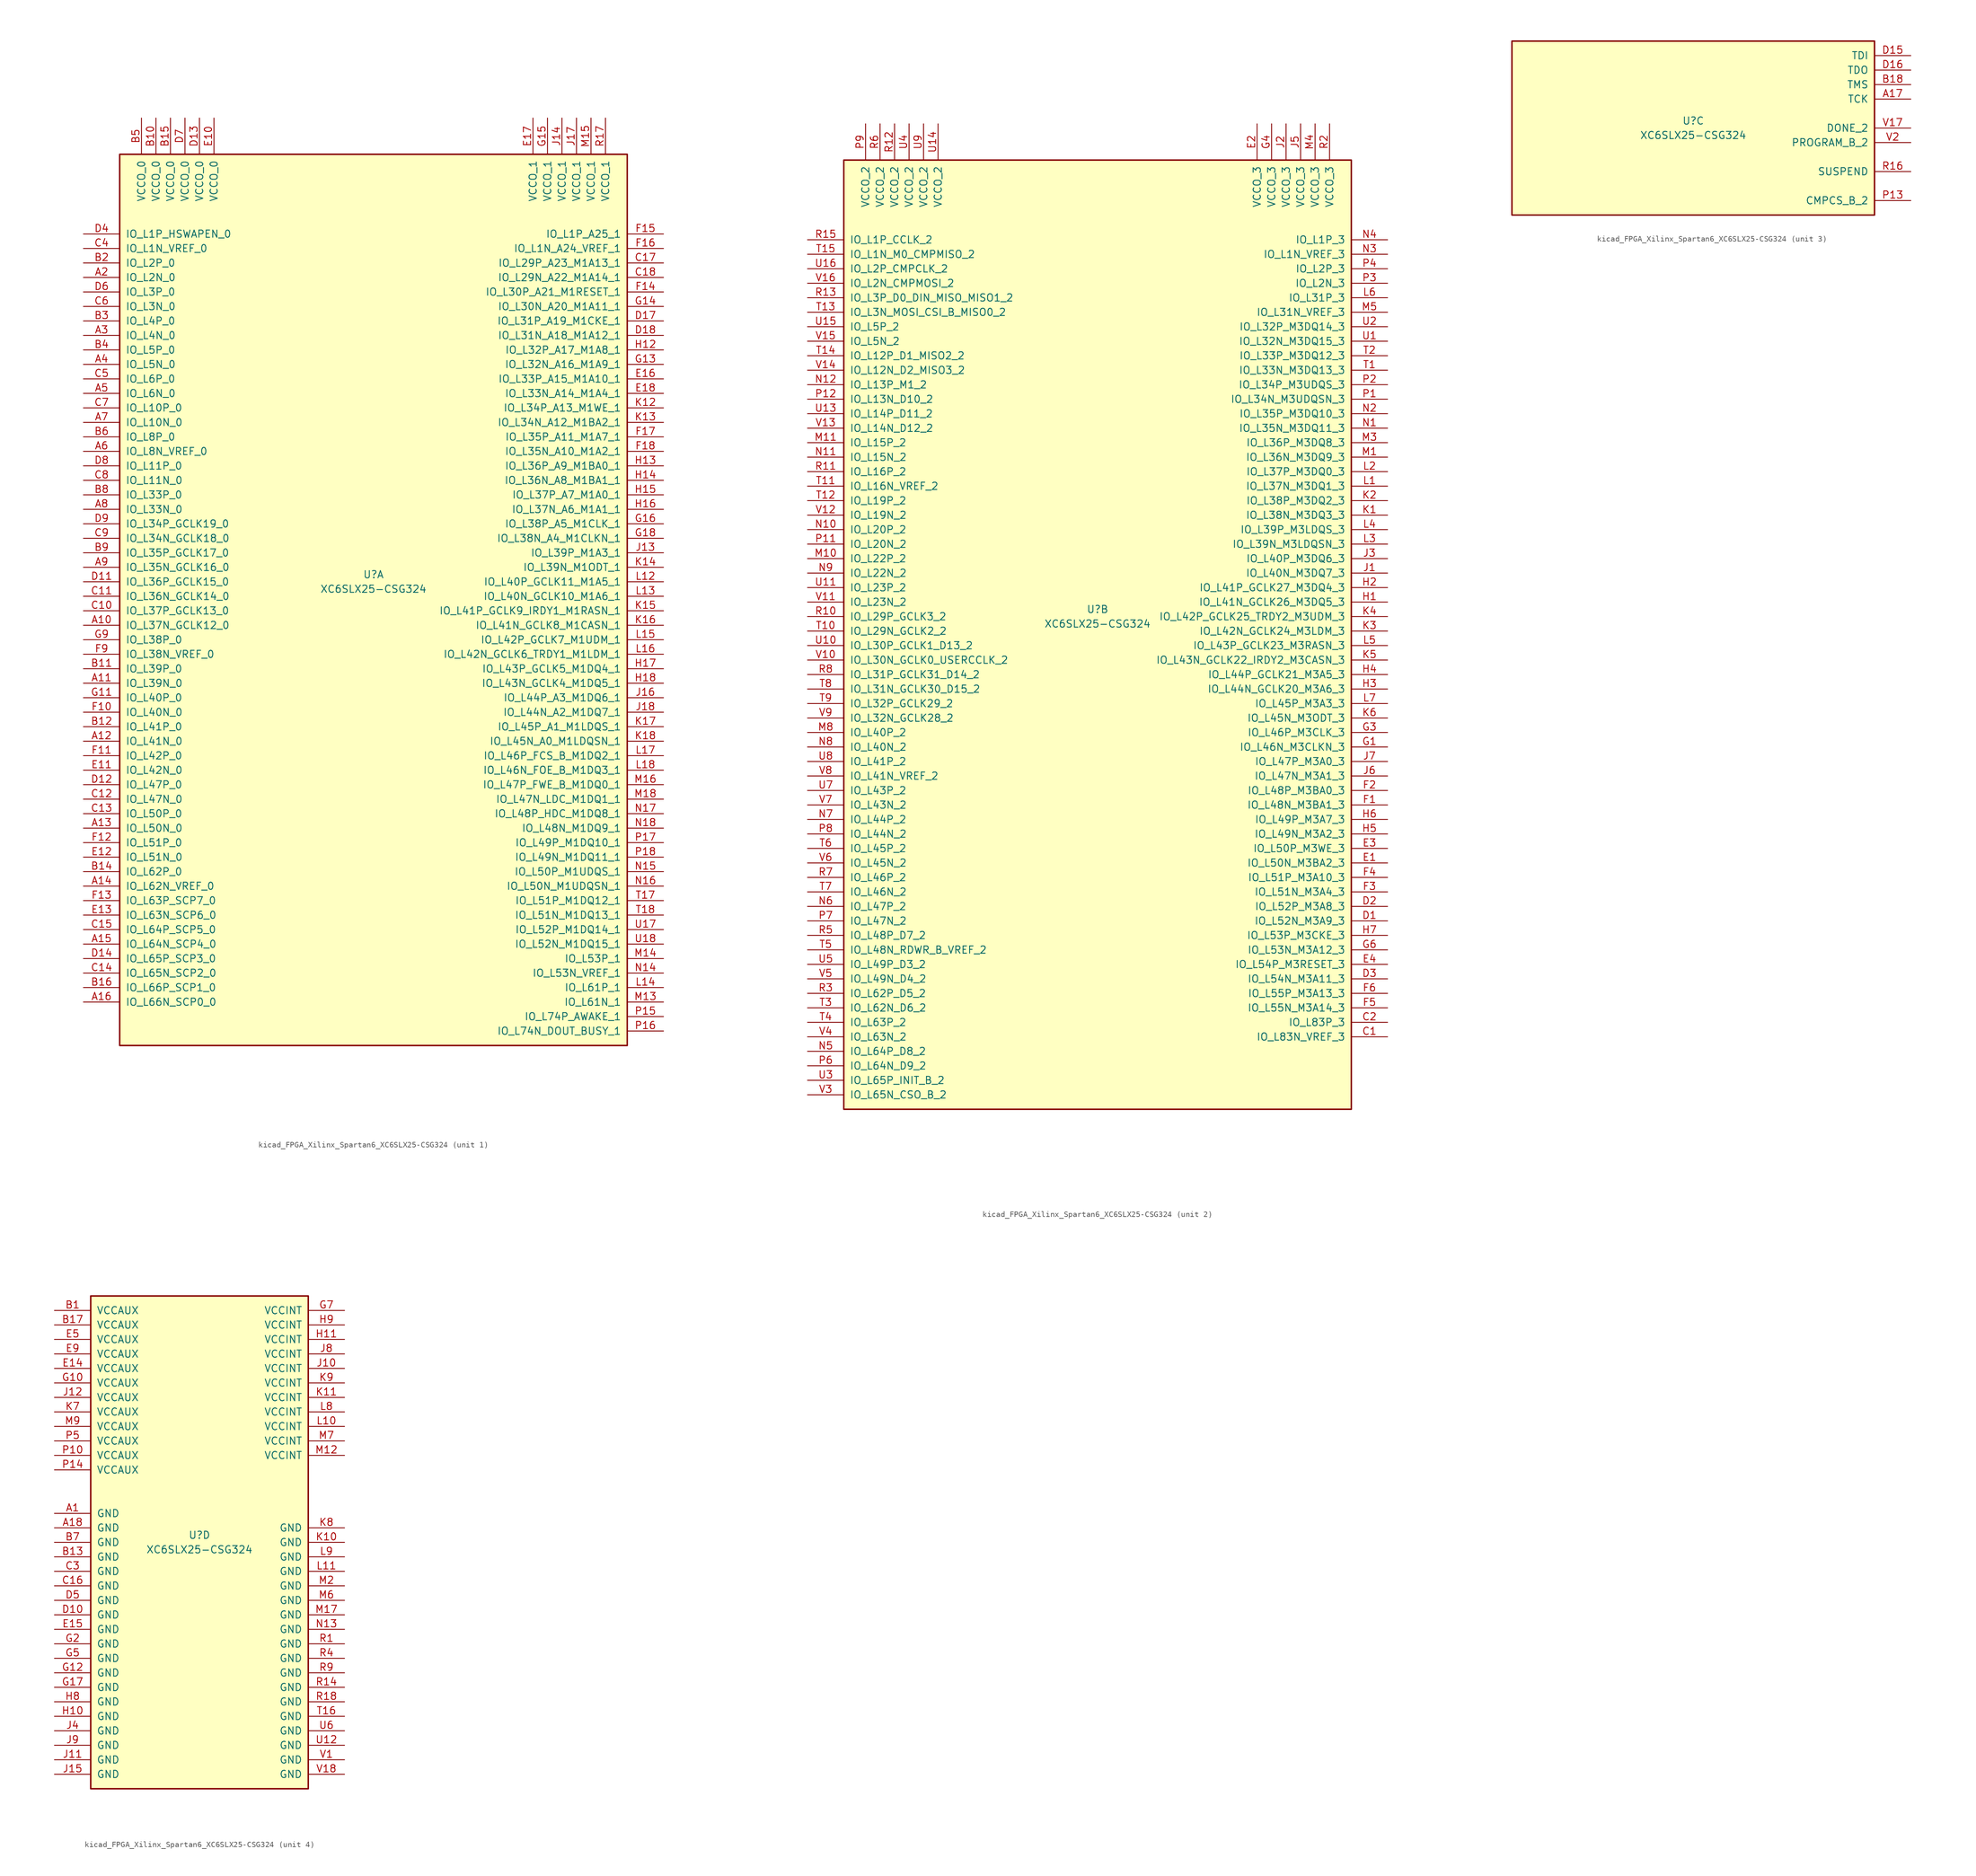
<source format=kicad_sym>
(kicad_symbol_lib
  (version 20220914)
  (generator kicad_symbol_editor)
  (symbol "kicad_FPGA_Xilinx_Spartan6_XC6SLX25-CSG324"
    (pin_names
      (offset 1.016))
    (property "Reference" "U"
      (at 0 1.27 0)
      (effects (font (size 1.27 1.27))))
    (property "Value" "XC6SLX25-CSG324"
      (at 0 -1.27 0)
      (effects (font (size 1.27 1.27))))
    (property "Datasheet" ""
      (at 0 0 0)
      (effects (font (size 1.27 1.27))))
    (property "ki_locked" ""
      (at 0 0 0)
      (effects (font (size 1.27 1.27))))
    (symbol "kicad_FPGA_Xilinx_Spartan6_XC6SLX25-CSG324_1_1"
      (rectangle (start -44.45 74.93) (end 44.45 -81.28) (stroke (width 0.254) (type default)) (fill (type background)))
      (pin bidirectional line (at -50.8 -7.62 0) (length 6.35) (name "IO_L37N_GCLK12_0" (effects (font (size 1.27 1.27)))) (number "A10" (effects (font (size 1.27 1.27)))))
      (pin bidirectional line (at -50.8 -17.78 0) (length 6.35) (name "IO_L39N_0" (effects (font (size 1.27 1.27)))) (number "A11" (effects (font (size 1.27 1.27)))))
      (pin bidirectional line (at -50.8 -27.94 0) (length 6.35) (name "IO_L41N_0" (effects (font (size 1.27 1.27)))) (number "A12" (effects (font (size 1.27 1.27)))))
      (pin bidirectional line (at -50.8 -43.18 0) (length 6.35) (name "IO_L50N_0" (effects (font (size 1.27 1.27)))) (number "A13" (effects (font (size 1.27 1.27)))))
      (pin bidirectional line (at -50.8 -53.34 0) (length 6.35) (name "IO_L62N_VREF_0" (effects (font (size 1.27 1.27)))) (number "A14" (effects (font (size 1.27 1.27)))))
      (pin bidirectional line (at -50.8 -63.5 0) (length 6.35) (name "IO_L64N_SCP4_0" (effects (font (size 1.27 1.27)))) (number "A15" (effects (font (size 1.27 1.27)))))
      (pin bidirectional line (at -50.8 -73.66 0) (length 6.35) (name "IO_L66N_SCP0_0" (effects (font (size 1.27 1.27)))) (number "A16" (effects (font (size 1.27 1.27)))))
      (pin bidirectional line (at -50.8 53.34 0) (length 6.35) (name "IO_L2N_0" (effects (font (size 1.27 1.27)))) (number "A2" (effects (font (size 1.27 1.27)))))
      (pin bidirectional line (at -50.8 43.18 0) (length 6.35) (name "IO_L4N_0" (effects (font (size 1.27 1.27)))) (number "A3" (effects (font (size 1.27 1.27)))))
      (pin bidirectional line (at -50.8 38.1 0) (length 6.35) (name "IO_L5N_0" (effects (font (size 1.27 1.27)))) (number "A4" (effects (font (size 1.27 1.27)))))
      (pin bidirectional line (at -50.8 33.02 0) (length 6.35) (name "IO_L6N_0" (effects (font (size 1.27 1.27)))) (number "A5" (effects (font (size 1.27 1.27)))))
      (pin bidirectional line (at -50.8 22.86 0) (length 6.35) (name "IO_L8N_VREF_0" (effects (font (size 1.27 1.27)))) (number "A6" (effects (font (size 1.27 1.27)))))
      (pin bidirectional line (at -50.8 27.94 0) (length 6.35) (name "IO_L10N_0" (effects (font (size 1.27 1.27)))) (number "A7" (effects (font (size 1.27 1.27)))))
      (pin bidirectional line (at -50.8 12.7 0) (length 6.35) (name "IO_L33N_0" (effects (font (size 1.27 1.27)))) (number "A8" (effects (font (size 1.27 1.27)))))
      (pin bidirectional line (at -50.8 2.54 0) (length 6.35) (name "IO_L35N_GCLK16_0" (effects (font (size 1.27 1.27)))) (number "A9" (effects (font (size 1.27 1.27)))))
      (pin power_in line (at -38.1 81.28 270) (length 6.35) (name "VCCO_0" (effects (font (size 1.27 1.27)))) (number "B10" (effects (font (size 1.27 1.27)))))
      (pin bidirectional line (at -50.8 -15.24 0) (length 6.35) (name "IO_L39P_0" (effects (font (size 1.27 1.27)))) (number "B11" (effects (font (size 1.27 1.27)))))
      (pin bidirectional line (at -50.8 -25.4 0) (length 6.35) (name "IO_L41P_0" (effects (font (size 1.27 1.27)))) (number "B12" (effects (font (size 1.27 1.27)))))
      (pin bidirectional line (at -50.8 -50.8 0) (length 6.35) (name "IO_L62P_0" (effects (font (size 1.27 1.27)))) (number "B14" (effects (font (size 1.27 1.27)))))
      (pin power_in line (at -35.56 81.28 270) (length 6.35) (name "VCCO_0" (effects (font (size 1.27 1.27)))) (number "B15" (effects (font (size 1.27 1.27)))))
      (pin bidirectional line (at -50.8 -71.12 0) (length 6.35) (name "IO_L66P_SCP1_0" (effects (font (size 1.27 1.27)))) (number "B16" (effects (font (size 1.27 1.27)))))
      (pin bidirectional line (at -50.8 55.88 0) (length 6.35) (name "IO_L2P_0" (effects (font (size 1.27 1.27)))) (number "B2" (effects (font (size 1.27 1.27)))))
      (pin bidirectional line (at -50.8 45.72 0) (length 6.35) (name "IO_L4P_0" (effects (font (size 1.27 1.27)))) (number "B3" (effects (font (size 1.27 1.27)))))
      (pin bidirectional line (at -50.8 40.64 0) (length 6.35) (name "IO_L5P_0" (effects (font (size 1.27 1.27)))) (number "B4" (effects (font (size 1.27 1.27)))))
      (pin power_in line (at -40.64 81.28 270) (length 6.35) (name "VCCO_0" (effects (font (size 1.27 1.27)))) (number "B5" (effects (font (size 1.27 1.27)))))
      (pin bidirectional line (at -50.8 25.4 0) (length 6.35) (name "IO_L8P_0" (effects (font (size 1.27 1.27)))) (number "B6" (effects (font (size 1.27 1.27)))))
      (pin bidirectional line (at -50.8 15.24 0) (length 6.35) (name "IO_L33P_0" (effects (font (size 1.27 1.27)))) (number "B8" (effects (font (size 1.27 1.27)))))
      (pin bidirectional line (at -50.8 5.08 0) (length 6.35) (name "IO_L35P_GCLK17_0" (effects (font (size 1.27 1.27)))) (number "B9" (effects (font (size 1.27 1.27)))))
      (pin bidirectional line (at -50.8 -5.08 0) (length 6.35) (name "IO_L37P_GCLK13_0" (effects (font (size 1.27 1.27)))) (number "C10" (effects (font (size 1.27 1.27)))))
      (pin bidirectional line (at -50.8 -2.54 0) (length 6.35) (name "IO_L36N_GCLK14_0" (effects (font (size 1.27 1.27)))) (number "C11" (effects (font (size 1.27 1.27)))))
      (pin bidirectional line (at -50.8 -38.1 0) (length 6.35) (name "IO_L47N_0" (effects (font (size 1.27 1.27)))) (number "C12" (effects (font (size 1.27 1.27)))))
      (pin bidirectional line (at -50.8 -40.64 0) (length 6.35) (name "IO_L50P_0" (effects (font (size 1.27 1.27)))) (number "C13" (effects (font (size 1.27 1.27)))))
      (pin bidirectional line (at -50.8 -68.58 0) (length 6.35) (name "IO_L65N_SCP2_0" (effects (font (size 1.27 1.27)))) (number "C14" (effects (font (size 1.27 1.27)))))
      (pin bidirectional line (at -50.8 -60.96 0) (length 6.35) (name "IO_L64P_SCP5_0" (effects (font (size 1.27 1.27)))) (number "C15" (effects (font (size 1.27 1.27)))))
      (pin bidirectional line (at 50.8 55.88 180) (length 6.35) (name "IO_L29P_A23_M1A13_1" (effects (font (size 1.27 1.27)))) (number "C17" (effects (font (size 1.27 1.27)))))
      (pin bidirectional line (at 50.8 53.34 180) (length 6.35) (name "IO_L29N_A22_M1A14_1" (effects (font (size 1.27 1.27)))) (number "C18" (effects (font (size 1.27 1.27)))))
      (pin bidirectional line (at -50.8 58.42 0) (length 6.35) (name "IO_L1N_VREF_0" (effects (font (size 1.27 1.27)))) (number "C4" (effects (font (size 1.27 1.27)))))
      (pin bidirectional line (at -50.8 35.56 0) (length 6.35) (name "IO_L6P_0" (effects (font (size 1.27 1.27)))) (number "C5" (effects (font (size 1.27 1.27)))))
      (pin bidirectional line (at -50.8 48.26 0) (length 6.35) (name "IO_L3N_0" (effects (font (size 1.27 1.27)))) (number "C6" (effects (font (size 1.27 1.27)))))
      (pin bidirectional line (at -50.8 30.48 0) (length 6.35) (name "IO_L10P_0" (effects (font (size 1.27 1.27)))) (number "C7" (effects (font (size 1.27 1.27)))))
      (pin bidirectional line (at -50.8 17.78 0) (length 6.35) (name "IO_L11N_0" (effects (font (size 1.27 1.27)))) (number "C8" (effects (font (size 1.27 1.27)))))
      (pin bidirectional line (at -50.8 7.62 0) (length 6.35) (name "IO_L34N_GCLK18_0" (effects (font (size 1.27 1.27)))) (number "C9" (effects (font (size 1.27 1.27)))))
      (pin bidirectional line (at -50.8 0 0) (length 6.35) (name "IO_L36P_GCLK15_0" (effects (font (size 1.27 1.27)))) (number "D11" (effects (font (size 1.27 1.27)))))
      (pin bidirectional line (at -50.8 -35.56 0) (length 6.35) (name "IO_L47P_0" (effects (font (size 1.27 1.27)))) (number "D12" (effects (font (size 1.27 1.27)))))
      (pin power_in line (at -30.48 81.28 270) (length 6.35) (name "VCCO_0" (effects (font (size 1.27 1.27)))) (number "D13" (effects (font (size 1.27 1.27)))))
      (pin bidirectional line (at -50.8 -66.04 0) (length 6.35) (name "IO_L65P_SCP3_0" (effects (font (size 1.27 1.27)))) (number "D14" (effects (font (size 1.27 1.27)))))
      (pin bidirectional line (at 50.8 45.72 180) (length 6.35) (name "IO_L31P_A19_M1CKE_1" (effects (font (size 1.27 1.27)))) (number "D17" (effects (font (size 1.27 1.27)))))
      (pin bidirectional line (at 50.8 43.18 180) (length 6.35) (name "IO_L31N_A18_M1A12_1" (effects (font (size 1.27 1.27)))) (number "D18" (effects (font (size 1.27 1.27)))))
      (pin bidirectional line (at -50.8 60.96 0) (length 6.35) (name "IO_L1P_HSWAPEN_0" (effects (font (size 1.27 1.27)))) (number "D4" (effects (font (size 1.27 1.27)))))
      (pin bidirectional line (at -50.8 50.8 0) (length 6.35) (name "IO_L3P_0" (effects (font (size 1.27 1.27)))) (number "D6" (effects (font (size 1.27 1.27)))))
      (pin power_in line (at -33.02 81.28 270) (length 6.35) (name "VCCO_0" (effects (font (size 1.27 1.27)))) (number "D7" (effects (font (size 1.27 1.27)))))
      (pin bidirectional line (at -50.8 20.32 0) (length 6.35) (name "IO_L11P_0" (effects (font (size 1.27 1.27)))) (number "D8" (effects (font (size 1.27 1.27)))))
      (pin bidirectional line (at -50.8 10.16 0) (length 6.35) (name "IO_L34P_GCLK19_0" (effects (font (size 1.27 1.27)))) (number "D9" (effects (font (size 1.27 1.27)))))
      (pin power_in line (at -27.94 81.28 270) (length 6.35) (name "VCCO_0" (effects (font (size 1.27 1.27)))) (number "E10" (effects (font (size 1.27 1.27)))))
      (pin bidirectional line (at -50.8 -33.02 0) (length 6.35) (name "IO_L42N_0" (effects (font (size 1.27 1.27)))) (number "E11" (effects (font (size 1.27 1.27)))))
      (pin bidirectional line (at -50.8 -48.26 0) (length 6.35) (name "IO_L51N_0" (effects (font (size 1.27 1.27)))) (number "E12" (effects (font (size 1.27 1.27)))))
      (pin bidirectional line (at -50.8 -58.42 0) (length 6.35) (name "IO_L63N_SCP6_0" (effects (font (size 1.27 1.27)))) (number "E13" (effects (font (size 1.27 1.27)))))
      (pin bidirectional line (at 50.8 35.56 180) (length 6.35) (name "IO_L33P_A15_M1A10_1" (effects (font (size 1.27 1.27)))) (number "E16" (effects (font (size 1.27 1.27)))))
      (pin power_in line (at 27.94 81.28 270) (length 6.35) (name "VCCO_1" (effects (font (size 1.27 1.27)))) (number "E17" (effects (font (size 1.27 1.27)))))
      (pin bidirectional line (at 50.8 33.02 180) (length 6.35) (name "IO_L33N_A14_M1A4_1" (effects (font (size 1.27 1.27)))) (number "E18" (effects (font (size 1.27 1.27)))))
      (pin bidirectional line (at -50.8 -22.86 0) (length 6.35) (name "IO_L40N_0" (effects (font (size 1.27 1.27)))) (number "F10" (effects (font (size 1.27 1.27)))))
      (pin bidirectional line (at -50.8 -30.48 0) (length 6.35) (name "IO_L42P_0" (effects (font (size 1.27 1.27)))) (number "F11" (effects (font (size 1.27 1.27)))))
      (pin bidirectional line (at -50.8 -45.72 0) (length 6.35) (name "IO_L51P_0" (effects (font (size 1.27 1.27)))) (number "F12" (effects (font (size 1.27 1.27)))))
      (pin bidirectional line (at -50.8 -55.88 0) (length 6.35) (name "IO_L63P_SCP7_0" (effects (font (size 1.27 1.27)))) (number "F13" (effects (font (size 1.27 1.27)))))
      (pin bidirectional line (at 50.8 50.8 180) (length 6.35) (name "IO_L30P_A21_M1RESET_1" (effects (font (size 1.27 1.27)))) (number "F14" (effects (font (size 1.27 1.27)))))
      (pin bidirectional line (at 50.8 60.96 180) (length 6.35) (name "IO_L1P_A25_1" (effects (font (size 1.27 1.27)))) (number "F15" (effects (font (size 1.27 1.27)))))
      (pin bidirectional line (at 50.8 58.42 180) (length 6.35) (name "IO_L1N_A24_VREF_1" (effects (font (size 1.27 1.27)))) (number "F16" (effects (font (size 1.27 1.27)))))
      (pin bidirectional line (at 50.8 25.4 180) (length 6.35) (name "IO_L35P_A11_M1A7_1" (effects (font (size 1.27 1.27)))) (number "F17" (effects (font (size 1.27 1.27)))))
      (pin bidirectional line (at 50.8 22.86 180) (length 6.35) (name "IO_L35N_A10_M1A2_1" (effects (font (size 1.27 1.27)))) (number "F18" (effects (font (size 1.27 1.27)))))
      (pin bidirectional line (at -50.8 -12.7 0) (length 6.35) (name "IO_L38N_VREF_0" (effects (font (size 1.27 1.27)))) (number "F9" (effects (font (size 1.27 1.27)))))
      (pin bidirectional line (at -50.8 -20.32 0) (length 6.35) (name "IO_L40P_0" (effects (font (size 1.27 1.27)))) (number "G11" (effects (font (size 1.27 1.27)))))
      (pin bidirectional line (at 50.8 38.1 180) (length 6.35) (name "IO_L32N_A16_M1A9_1" (effects (font (size 1.27 1.27)))) (number "G13" (effects (font (size 1.27 1.27)))))
      (pin bidirectional line (at 50.8 48.26 180) (length 6.35) (name "IO_L30N_A20_M1A11_1" (effects (font (size 1.27 1.27)))) (number "G14" (effects (font (size 1.27 1.27)))))
      (pin power_in line (at 30.48 81.28 270) (length 6.35) (name "VCCO_1" (effects (font (size 1.27 1.27)))) (number "G15" (effects (font (size 1.27 1.27)))))
      (pin bidirectional line (at 50.8 10.16 180) (length 6.35) (name "IO_L38P_A5_M1CLK_1" (effects (font (size 1.27 1.27)))) (number "G16" (effects (font (size 1.27 1.27)))))
      (pin bidirectional line (at 50.8 7.62 180) (length 6.35) (name "IO_L38N_A4_M1CLKN_1" (effects (font (size 1.27 1.27)))) (number "G18" (effects (font (size 1.27 1.27)))))
      (pin bidirectional line (at -50.8 -10.16 0) (length 6.35) (name "IO_L38P_0" (effects (font (size 1.27 1.27)))) (number "G9" (effects (font (size 1.27 1.27)))))
      (pin bidirectional line (at 50.8 40.64 180) (length 6.35) (name "IO_L32P_A17_M1A8_1" (effects (font (size 1.27 1.27)))) (number "H12" (effects (font (size 1.27 1.27)))))
      (pin bidirectional line (at 50.8 20.32 180) (length 6.35) (name "IO_L36P_A9_M1BA0_1" (effects (font (size 1.27 1.27)))) (number "H13" (effects (font (size 1.27 1.27)))))
      (pin bidirectional line (at 50.8 17.78 180) (length 6.35) (name "IO_L36N_A8_M1BA1_1" (effects (font (size 1.27 1.27)))) (number "H14" (effects (font (size 1.27 1.27)))))
      (pin bidirectional line (at 50.8 15.24 180) (length 6.35) (name "IO_L37P_A7_M1A0_1" (effects (font (size 1.27 1.27)))) (number "H15" (effects (font (size 1.27 1.27)))))
      (pin bidirectional line (at 50.8 12.7 180) (length 6.35) (name "IO_L37N_A6_M1A1_1" (effects (font (size 1.27 1.27)))) (number "H16" (effects (font (size 1.27 1.27)))))
      (pin bidirectional line (at 50.8 -15.24 180) (length 6.35) (name "IO_L43P_GCLK5_M1DQ4_1" (effects (font (size 1.27 1.27)))) (number "H17" (effects (font (size 1.27 1.27)))))
      (pin bidirectional line (at 50.8 -17.78 180) (length 6.35) (name "IO_L43N_GCLK4_M1DQ5_1" (effects (font (size 1.27 1.27)))) (number "H18" (effects (font (size 1.27 1.27)))))
      (pin bidirectional line (at 50.8 5.08 180) (length 6.35) (name "IO_L39P_M1A3_1" (effects (font (size 1.27 1.27)))) (number "J13" (effects (font (size 1.27 1.27)))))
      (pin power_in line (at 33.02 81.28 270) (length 6.35) (name "VCCO_1" (effects (font (size 1.27 1.27)))) (number "J14" (effects (font (size 1.27 1.27)))))
      (pin bidirectional line (at 50.8 -20.32 180) (length 6.35) (name "IO_L44P_A3_M1DQ6_1" (effects (font (size 1.27 1.27)))) (number "J16" (effects (font (size 1.27 1.27)))))
      (pin power_in line (at 35.56 81.28 270) (length 6.35) (name "VCCO_1" (effects (font (size 1.27 1.27)))) (number "J17" (effects (font (size 1.27 1.27)))))
      (pin bidirectional line (at 50.8 -22.86 180) (length 6.35) (name "IO_L44N_A2_M1DQ7_1" (effects (font (size 1.27 1.27)))) (number "J18" (effects (font (size 1.27 1.27)))))
      (pin bidirectional line (at 50.8 30.48 180) (length 6.35) (name "IO_L34P_A13_M1WE_1" (effects (font (size 1.27 1.27)))) (number "K12" (effects (font (size 1.27 1.27)))))
      (pin bidirectional line (at 50.8 27.94 180) (length 6.35) (name "IO_L34N_A12_M1BA2_1" (effects (font (size 1.27 1.27)))) (number "K13" (effects (font (size 1.27 1.27)))))
      (pin bidirectional line (at 50.8 2.54 180) (length 6.35) (name "IO_L39N_M1ODT_1" (effects (font (size 1.27 1.27)))) (number "K14" (effects (font (size 1.27 1.27)))))
      (pin bidirectional line (at 50.8 -5.08 180) (length 6.35) (name "IO_L41P_GCLK9_IRDY1_M1RASN_1" (effects (font (size 1.27 1.27)))) (number "K15" (effects (font (size 1.27 1.27)))))
      (pin bidirectional line (at 50.8 -7.62 180) (length 6.35) (name "IO_L41N_GCLK8_M1CASN_1" (effects (font (size 1.27 1.27)))) (number "K16" (effects (font (size 1.27 1.27)))))
      (pin bidirectional line (at 50.8 -25.4 180) (length 6.35) (name "IO_L45P_A1_M1LDQS_1" (effects (font (size 1.27 1.27)))) (number "K17" (effects (font (size 1.27 1.27)))))
      (pin bidirectional line (at 50.8 -27.94 180) (length 6.35) (name "IO_L45N_A0_M1LDQSN_1" (effects (font (size 1.27 1.27)))) (number "K18" (effects (font (size 1.27 1.27)))))
      (pin bidirectional line (at 50.8 0 180) (length 6.35) (name "IO_L40P_GCLK11_M1A5_1" (effects (font (size 1.27 1.27)))) (number "L12" (effects (font (size 1.27 1.27)))))
      (pin bidirectional line (at 50.8 -2.54 180) (length 6.35) (name "IO_L40N_GCLK10_M1A6_1" (effects (font (size 1.27 1.27)))) (number "L13" (effects (font (size 1.27 1.27)))))
      (pin bidirectional line (at 50.8 -71.12 180) (length 6.35) (name "IO_L61P_1" (effects (font (size 1.27 1.27)))) (number "L14" (effects (font (size 1.27 1.27)))))
      (pin bidirectional line (at 50.8 -10.16 180) (length 6.35) (name "IO_L42P_GCLK7_M1UDM_1" (effects (font (size 1.27 1.27)))) (number "L15" (effects (font (size 1.27 1.27)))))
      (pin bidirectional line (at 50.8 -12.7 180) (length 6.35) (name "IO_L42N_GCLK6_TRDY1_M1LDM_1" (effects (font (size 1.27 1.27)))) (number "L16" (effects (font (size 1.27 1.27)))))
      (pin bidirectional line (at 50.8 -30.48 180) (length 6.35) (name "IO_L46P_FCS_B_M1DQ2_1" (effects (font (size 1.27 1.27)))) (number "L17" (effects (font (size 1.27 1.27)))))
      (pin bidirectional line (at 50.8 -33.02 180) (length 6.35) (name "IO_L46N_FOE_B_M1DQ3_1" (effects (font (size 1.27 1.27)))) (number "L18" (effects (font (size 1.27 1.27)))))
      (pin bidirectional line (at 50.8 -73.66 180) (length 6.35) (name "IO_L61N_1" (effects (font (size 1.27 1.27)))) (number "M13" (effects (font (size 1.27 1.27)))))
      (pin bidirectional line (at 50.8 -66.04 180) (length 6.35) (name "IO_L53P_1" (effects (font (size 1.27 1.27)))) (number "M14" (effects (font (size 1.27 1.27)))))
      (pin power_in line (at 38.1 81.28 270) (length 6.35) (name "VCCO_1" (effects (font (size 1.27 1.27)))) (number "M15" (effects (font (size 1.27 1.27)))))
      (pin bidirectional line (at 50.8 -35.56 180) (length 6.35) (name "IO_L47P_FWE_B_M1DQ0_1" (effects (font (size 1.27 1.27)))) (number "M16" (effects (font (size 1.27 1.27)))))
      (pin bidirectional line (at 50.8 -38.1 180) (length 6.35) (name "IO_L47N_LDC_M1DQ1_1" (effects (font (size 1.27 1.27)))) (number "M18" (effects (font (size 1.27 1.27)))))
      (pin bidirectional line (at 50.8 -68.58 180) (length 6.35) (name "IO_L53N_VREF_1" (effects (font (size 1.27 1.27)))) (number "N14" (effects (font (size 1.27 1.27)))))
      (pin bidirectional line (at 50.8 -50.8 180) (length 6.35) (name "IO_L50P_M1UDQS_1" (effects (font (size 1.27 1.27)))) (number "N15" (effects (font (size 1.27 1.27)))))
      (pin bidirectional line (at 50.8 -53.34 180) (length 6.35) (name "IO_L50N_M1UDQSN_1" (effects (font (size 1.27 1.27)))) (number "N16" (effects (font (size 1.27 1.27)))))
      (pin bidirectional line (at 50.8 -40.64 180) (length 6.35) (name "IO_L48P_HDC_M1DQ8_1" (effects (font (size 1.27 1.27)))) (number "N17" (effects (font (size 1.27 1.27)))))
      (pin bidirectional line (at 50.8 -43.18 180) (length 6.35) (name "IO_L48N_M1DQ9_1" (effects (font (size 1.27 1.27)))) (number "N18" (effects (font (size 1.27 1.27)))))
      (pin bidirectional line (at 50.8 -76.2 180) (length 6.35) (name "IO_L74P_AWAKE_1" (effects (font (size 1.27 1.27)))) (number "P15" (effects (font (size 1.27 1.27)))))
      (pin bidirectional line (at 50.8 -78.74 180) (length 6.35) (name "IO_L74N_DOUT_BUSY_1" (effects (font (size 1.27 1.27)))) (number "P16" (effects (font (size 1.27 1.27)))))
      (pin bidirectional line (at 50.8 -45.72 180) (length 6.35) (name "IO_L49P_M1DQ10_1" (effects (font (size 1.27 1.27)))) (number "P17" (effects (font (size 1.27 1.27)))))
      (pin bidirectional line (at 50.8 -48.26 180) (length 6.35) (name "IO_L49N_M1DQ11_1" (effects (font (size 1.27 1.27)))) (number "P18" (effects (font (size 1.27 1.27)))))
      (pin power_in line (at 40.64 81.28 270) (length 6.35) (name "VCCO_1" (effects (font (size 1.27 1.27)))) (number "R17" (effects (font (size 1.27 1.27)))))
      (pin bidirectional line (at 50.8 -55.88 180) (length 6.35) (name "IO_L51P_M1DQ12_1" (effects (font (size 1.27 1.27)))) (number "T17" (effects (font (size 1.27 1.27)))))
      (pin bidirectional line (at 50.8 -58.42 180) (length 6.35) (name "IO_L51N_M1DQ13_1" (effects (font (size 1.27 1.27)))) (number "T18" (effects (font (size 1.27 1.27)))))
      (pin bidirectional line (at 50.8 -60.96 180) (length 6.35) (name "IO_L52P_M1DQ14_1" (effects (font (size 1.27 1.27)))) (number "U17" (effects (font (size 1.27 1.27)))))
      (pin bidirectional line (at 50.8 -63.5 180) (length 6.35) (name "IO_L52N_M1DQ15_1" (effects (font (size 1.27 1.27)))) (number "U18" (effects (font (size 1.27 1.27))))))
    (symbol "kicad_FPGA_Xilinx_Spartan6_XC6SLX25-CSG324_2_1"
      (rectangle (start -44.45 80.01) (end 44.45 -86.36) (stroke (width 0.254) (type default)) (fill (type background)))
      (pin bidirectional line (at 50.8 -73.66 180) (length 6.35) (name "IO_L83N_VREF_3" (effects (font (size 1.27 1.27)))) (number "C1" (effects (font (size 1.27 1.27)))))
      (pin bidirectional line (at 50.8 -71.12 180) (length 6.35) (name "IO_L83P_3" (effects (font (size 1.27 1.27)))) (number "C2" (effects (font (size 1.27 1.27)))))
      (pin bidirectional line (at 50.8 -53.34 180) (length 6.35) (name "IO_L52N_M3A9_3" (effects (font (size 1.27 1.27)))) (number "D1" (effects (font (size 1.27 1.27)))))
      (pin bidirectional line (at 50.8 -50.8 180) (length 6.35) (name "IO_L52P_M3A8_3" (effects (font (size 1.27 1.27)))) (number "D2" (effects (font (size 1.27 1.27)))))
      (pin bidirectional line (at 50.8 -63.5 180) (length 6.35) (name "IO_L54N_M3A11_3" (effects (font (size 1.27 1.27)))) (number "D3" (effects (font (size 1.27 1.27)))))
      (pin bidirectional line (at 50.8 -43.18 180) (length 6.35) (name "IO_L50N_M3BA2_3" (effects (font (size 1.27 1.27)))) (number "E1" (effects (font (size 1.27 1.27)))))
      (pin power_in line (at 27.94 86.36 270) (length 6.35) (name "VCCO_3" (effects (font (size 1.27 1.27)))) (number "E2" (effects (font (size 1.27 1.27)))))
      (pin bidirectional line (at 50.8 -40.64 180) (length 6.35) (name "IO_L50P_M3WE_3" (effects (font (size 1.27 1.27)))) (number "E3" (effects (font (size 1.27 1.27)))))
      (pin bidirectional line (at 50.8 -60.96 180) (length 6.35) (name "IO_L54P_M3RESET_3" (effects (font (size 1.27 1.27)))) (number "E4" (effects (font (size 1.27 1.27)))))
      (pin bidirectional line (at 50.8 -33.02 180) (length 6.35) (name "IO_L48N_M3BA1_3" (effects (font (size 1.27 1.27)))) (number "F1" (effects (font (size 1.27 1.27)))))
      (pin bidirectional line (at 50.8 -30.48 180) (length 6.35) (name "IO_L48P_M3BA0_3" (effects (font (size 1.27 1.27)))) (number "F2" (effects (font (size 1.27 1.27)))))
      (pin bidirectional line (at 50.8 -48.26 180) (length 6.35) (name "IO_L51N_M3A4_3" (effects (font (size 1.27 1.27)))) (number "F3" (effects (font (size 1.27 1.27)))))
      (pin bidirectional line (at 50.8 -45.72 180) (length 6.35) (name "IO_L51P_M3A10_3" (effects (font (size 1.27 1.27)))) (number "F4" (effects (font (size 1.27 1.27)))))
      (pin bidirectional line (at 50.8 -68.58 180) (length 6.35) (name "IO_L55N_M3A14_3" (effects (font (size 1.27 1.27)))) (number "F5" (effects (font (size 1.27 1.27)))))
      (pin bidirectional line (at 50.8 -66.04 180) (length 6.35) (name "IO_L55P_M3A13_3" (effects (font (size 1.27 1.27)))) (number "F6" (effects (font (size 1.27 1.27)))))
      (pin bidirectional line (at 50.8 -22.86 180) (length 6.35) (name "IO_L46N_M3CLKN_3" (effects (font (size 1.27 1.27)))) (number "G1" (effects (font (size 1.27 1.27)))))
      (pin bidirectional line (at 50.8 -20.32 180) (length 6.35) (name "IO_L46P_M3CLK_3" (effects (font (size 1.27 1.27)))) (number "G3" (effects (font (size 1.27 1.27)))))
      (pin power_in line (at 30.48 86.36 270) (length 6.35) (name "VCCO_3" (effects (font (size 1.27 1.27)))) (number "G4" (effects (font (size 1.27 1.27)))))
      (pin bidirectional line (at 50.8 -58.42 180) (length 6.35) (name "IO_L53N_M3A12_3" (effects (font (size 1.27 1.27)))) (number "G6" (effects (font (size 1.27 1.27)))))
      (pin bidirectional line (at 50.8 2.54 180) (length 6.35) (name "IO_L41N_GCLK26_M3DQ5_3" (effects (font (size 1.27 1.27)))) (number "H1" (effects (font (size 1.27 1.27)))))
      (pin bidirectional line (at 50.8 5.08 180) (length 6.35) (name "IO_L41P_GCLK27_M3DQ4_3" (effects (font (size 1.27 1.27)))) (number "H2" (effects (font (size 1.27 1.27)))))
      (pin bidirectional line (at 50.8 -12.7 180) (length 6.35) (name "IO_L44N_GCLK20_M3A6_3" (effects (font (size 1.27 1.27)))) (number "H3" (effects (font (size 1.27 1.27)))))
      (pin bidirectional line (at 50.8 -10.16 180) (length 6.35) (name "IO_L44P_GCLK21_M3A5_3" (effects (font (size 1.27 1.27)))) (number "H4" (effects (font (size 1.27 1.27)))))
      (pin bidirectional line (at 50.8 -38.1 180) (length 6.35) (name "IO_L49N_M3A2_3" (effects (font (size 1.27 1.27)))) (number "H5" (effects (font (size 1.27 1.27)))))
      (pin bidirectional line (at 50.8 -35.56 180) (length 6.35) (name "IO_L49P_M3A7_3" (effects (font (size 1.27 1.27)))) (number "H6" (effects (font (size 1.27 1.27)))))
      (pin bidirectional line (at 50.8 -55.88 180) (length 6.35) (name "IO_L53P_M3CKE_3" (effects (font (size 1.27 1.27)))) (number "H7" (effects (font (size 1.27 1.27)))))
      (pin bidirectional line (at 50.8 7.62 180) (length 6.35) (name "IO_L40N_M3DQ7_3" (effects (font (size 1.27 1.27)))) (number "J1" (effects (font (size 1.27 1.27)))))
      (pin power_in line (at 33.02 86.36 270) (length 6.35) (name "VCCO_3" (effects (font (size 1.27 1.27)))) (number "J2" (effects (font (size 1.27 1.27)))))
      (pin bidirectional line (at 50.8 10.16 180) (length 6.35) (name "IO_L40P_M3DQ6_3" (effects (font (size 1.27 1.27)))) (number "J3" (effects (font (size 1.27 1.27)))))
      (pin power_in line (at 35.56 86.36 270) (length 6.35) (name "VCCO_3" (effects (font (size 1.27 1.27)))) (number "J5" (effects (font (size 1.27 1.27)))))
      (pin bidirectional line (at 50.8 -27.94 180) (length 6.35) (name "IO_L47N_M3A1_3" (effects (font (size 1.27 1.27)))) (number "J6" (effects (font (size 1.27 1.27)))))
      (pin bidirectional line (at 50.8 -25.4 180) (length 6.35) (name "IO_L47P_M3A0_3" (effects (font (size 1.27 1.27)))) (number "J7" (effects (font (size 1.27 1.27)))))
      (pin bidirectional line (at 50.8 17.78 180) (length 6.35) (name "IO_L38N_M3DQ3_3" (effects (font (size 1.27 1.27)))) (number "K1" (effects (font (size 1.27 1.27)))))
      (pin bidirectional line (at 50.8 20.32 180) (length 6.35) (name "IO_L38P_M3DQ2_3" (effects (font (size 1.27 1.27)))) (number "K2" (effects (font (size 1.27 1.27)))))
      (pin bidirectional line (at 50.8 -2.54 180) (length 6.35) (name "IO_L42N_GCLK24_M3LDM_3" (effects (font (size 1.27 1.27)))) (number "K3" (effects (font (size 1.27 1.27)))))
      (pin bidirectional line (at 50.8 0 180) (length 6.35) (name "IO_L42P_GCLK25_TRDY2_M3UDM_3" (effects (font (size 1.27 1.27)))) (number "K4" (effects (font (size 1.27 1.27)))))
      (pin bidirectional line (at 50.8 -7.62 180) (length 6.35) (name "IO_L43N_GCLK22_IRDY2_M3CASN_3" (effects (font (size 1.27 1.27)))) (number "K5" (effects (font (size 1.27 1.27)))))
      (pin bidirectional line (at 50.8 -17.78 180) (length 6.35) (name "IO_L45N_M3ODT_3" (effects (font (size 1.27 1.27)))) (number "K6" (effects (font (size 1.27 1.27)))))
      (pin bidirectional line (at 50.8 22.86 180) (length 6.35) (name "IO_L37N_M3DQ1_3" (effects (font (size 1.27 1.27)))) (number "L1" (effects (font (size 1.27 1.27)))))
      (pin bidirectional line (at 50.8 25.4 180) (length 6.35) (name "IO_L37P_M3DQ0_3" (effects (font (size 1.27 1.27)))) (number "L2" (effects (font (size 1.27 1.27)))))
      (pin bidirectional line (at 50.8 12.7 180) (length 6.35) (name "IO_L39N_M3LDQSN_3" (effects (font (size 1.27 1.27)))) (number "L3" (effects (font (size 1.27 1.27)))))
      (pin bidirectional line (at 50.8 15.24 180) (length 6.35) (name "IO_L39P_M3LDQS_3" (effects (font (size 1.27 1.27)))) (number "L4" (effects (font (size 1.27 1.27)))))
      (pin bidirectional line (at 50.8 -5.08 180) (length 6.35) (name "IO_L43P_GCLK23_M3RASN_3" (effects (font (size 1.27 1.27)))) (number "L5" (effects (font (size 1.27 1.27)))))
      (pin bidirectional line (at 50.8 55.88 180) (length 6.35) (name "IO_L31P_3" (effects (font (size 1.27 1.27)))) (number "L6" (effects (font (size 1.27 1.27)))))
      (pin bidirectional line (at 50.8 -15.24 180) (length 6.35) (name "IO_L45P_M3A3_3" (effects (font (size 1.27 1.27)))) (number "L7" (effects (font (size 1.27 1.27)))))
      (pin bidirectional line (at 50.8 27.94 180) (length 6.35) (name "IO_L36N_M3DQ9_3" (effects (font (size 1.27 1.27)))) (number "M1" (effects (font (size 1.27 1.27)))))
      (pin bidirectional line (at -50.8 10.16 0) (length 6.35) (name "IO_L22P_2" (effects (font (size 1.27 1.27)))) (number "M10" (effects (font (size 1.27 1.27)))))
      (pin bidirectional line (at -50.8 30.48 0) (length 6.35) (name "IO_L15P_2" (effects (font (size 1.27 1.27)))) (number "M11" (effects (font (size 1.27 1.27)))))
      (pin bidirectional line (at 50.8 30.48 180) (length 6.35) (name "IO_L36P_M3DQ8_3" (effects (font (size 1.27 1.27)))) (number "M3" (effects (font (size 1.27 1.27)))))
      (pin power_in line (at 38.1 86.36 270) (length 6.35) (name "VCCO_3" (effects (font (size 1.27 1.27)))) (number "M4" (effects (font (size 1.27 1.27)))))
      (pin bidirectional line (at 50.8 53.34 180) (length 6.35) (name "IO_L31N_VREF_3" (effects (font (size 1.27 1.27)))) (number "M5" (effects (font (size 1.27 1.27)))))
      (pin bidirectional line (at -50.8 -20.32 0) (length 6.35) (name "IO_L40P_2" (effects (font (size 1.27 1.27)))) (number "M8" (effects (font (size 1.27 1.27)))))
      (pin bidirectional line (at 50.8 33.02 180) (length 6.35) (name "IO_L35N_M3DQ11_3" (effects (font (size 1.27 1.27)))) (number "N1" (effects (font (size 1.27 1.27)))))
      (pin bidirectional line (at -50.8 15.24 0) (length 6.35) (name "IO_L20P_2" (effects (font (size 1.27 1.27)))) (number "N10" (effects (font (size 1.27 1.27)))))
      (pin bidirectional line (at -50.8 27.94 0) (length 6.35) (name "IO_L15N_2" (effects (font (size 1.27 1.27)))) (number "N11" (effects (font (size 1.27 1.27)))))
      (pin bidirectional line (at -50.8 40.64 0) (length 6.35) (name "IO_L13P_M1_2" (effects (font (size 1.27 1.27)))) (number "N12" (effects (font (size 1.27 1.27)))))
      (pin bidirectional line (at 50.8 35.56 180) (length 6.35) (name "IO_L35P_M3DQ10_3" (effects (font (size 1.27 1.27)))) (number "N2" (effects (font (size 1.27 1.27)))))
      (pin bidirectional line (at 50.8 63.5 180) (length 6.35) (name "IO_L1N_VREF_3" (effects (font (size 1.27 1.27)))) (number "N3" (effects (font (size 1.27 1.27)))))
      (pin bidirectional line (at 50.8 66.04 180) (length 6.35) (name "IO_L1P_3" (effects (font (size 1.27 1.27)))) (number "N4" (effects (font (size 1.27 1.27)))))
      (pin bidirectional line (at -50.8 -76.2 0) (length 6.35) (name "IO_L64P_D8_2" (effects (font (size 1.27 1.27)))) (number "N5" (effects (font (size 1.27 1.27)))))
      (pin bidirectional line (at -50.8 -50.8 0) (length 6.35) (name "IO_L47P_2" (effects (font (size 1.27 1.27)))) (number "N6" (effects (font (size 1.27 1.27)))))
      (pin bidirectional line (at -50.8 -35.56 0) (length 6.35) (name "IO_L44P_2" (effects (font (size 1.27 1.27)))) (number "N7" (effects (font (size 1.27 1.27)))))
      (pin bidirectional line (at -50.8 -22.86 0) (length 6.35) (name "IO_L40N_2" (effects (font (size 1.27 1.27)))) (number "N8" (effects (font (size 1.27 1.27)))))
      (pin bidirectional line (at -50.8 7.62 0) (length 6.35) (name "IO_L22N_2" (effects (font (size 1.27 1.27)))) (number "N9" (effects (font (size 1.27 1.27)))))
      (pin bidirectional line (at 50.8 38.1 180) (length 6.35) (name "IO_L34N_M3UDQSN_3" (effects (font (size 1.27 1.27)))) (number "P1" (effects (font (size 1.27 1.27)))))
      (pin bidirectional line (at -50.8 12.7 0) (length 6.35) (name "IO_L20N_2" (effects (font (size 1.27 1.27)))) (number "P11" (effects (font (size 1.27 1.27)))))
      (pin bidirectional line (at -50.8 38.1 0) (length 6.35) (name "IO_L13N_D10_2" (effects (font (size 1.27 1.27)))) (number "P12" (effects (font (size 1.27 1.27)))))
      (pin bidirectional line (at 50.8 40.64 180) (length 6.35) (name "IO_L34P_M3UDQS_3" (effects (font (size 1.27 1.27)))) (number "P2" (effects (font (size 1.27 1.27)))))
      (pin bidirectional line (at 50.8 58.42 180) (length 6.35) (name "IO_L2N_3" (effects (font (size 1.27 1.27)))) (number "P3" (effects (font (size 1.27 1.27)))))
      (pin bidirectional line (at 50.8 60.96 180) (length 6.35) (name "IO_L2P_3" (effects (font (size 1.27 1.27)))) (number "P4" (effects (font (size 1.27 1.27)))))
      (pin bidirectional line (at -50.8 -78.74 0) (length 6.35) (name "IO_L64N_D9_2" (effects (font (size 1.27 1.27)))) (number "P6" (effects (font (size 1.27 1.27)))))
      (pin bidirectional line (at -50.8 -53.34 0) (length 6.35) (name "IO_L47N_2" (effects (font (size 1.27 1.27)))) (number "P7" (effects (font (size 1.27 1.27)))))
      (pin bidirectional line (at -50.8 -38.1 0) (length 6.35) (name "IO_L44N_2" (effects (font (size 1.27 1.27)))) (number "P8" (effects (font (size 1.27 1.27)))))
      (pin power_in line (at -40.64 86.36 270) (length 6.35) (name "VCCO_2" (effects (font (size 1.27 1.27)))) (number "P9" (effects (font (size 1.27 1.27)))))
      (pin bidirectional line (at -50.8 0 0) (length 6.35) (name "IO_L29P_GCLK3_2" (effects (font (size 1.27 1.27)))) (number "R10" (effects (font (size 1.27 1.27)))))
      (pin bidirectional line (at -50.8 25.4 0) (length 6.35) (name "IO_L16P_2" (effects (font (size 1.27 1.27)))) (number "R11" (effects (font (size 1.27 1.27)))))
      (pin power_in line (at -35.56 86.36 270) (length 6.35) (name "VCCO_2" (effects (font (size 1.27 1.27)))) (number "R12" (effects (font (size 1.27 1.27)))))
      (pin bidirectional line (at -50.8 55.88 0) (length 6.35) (name "IO_L3P_D0_DIN_MISO_MISO1_2" (effects (font (size 1.27 1.27)))) (number "R13" (effects (font (size 1.27 1.27)))))
      (pin bidirectional line (at -50.8 66.04 0) (length 6.35) (name "IO_L1P_CCLK_2" (effects (font (size 1.27 1.27)))) (number "R15" (effects (font (size 1.27 1.27)))))
      (pin power_in line (at 40.64 86.36 270) (length 6.35) (name "VCCO_3" (effects (font (size 1.27 1.27)))) (number "R2" (effects (font (size 1.27 1.27)))))
      (pin bidirectional line (at -50.8 -66.04 0) (length 6.35) (name "IO_L62P_D5_2" (effects (font (size 1.27 1.27)))) (number "R3" (effects (font (size 1.27 1.27)))))
      (pin bidirectional line (at -50.8 -55.88 0) (length 6.35) (name "IO_L48P_D7_2" (effects (font (size 1.27 1.27)))) (number "R5" (effects (font (size 1.27 1.27)))))
      (pin power_in line (at -38.1 86.36 270) (length 6.35) (name "VCCO_2" (effects (font (size 1.27 1.27)))) (number "R6" (effects (font (size 1.27 1.27)))))
      (pin bidirectional line (at -50.8 -45.72 0) (length 6.35) (name "IO_L46P_2" (effects (font (size 1.27 1.27)))) (number "R7" (effects (font (size 1.27 1.27)))))
      (pin bidirectional line (at -50.8 -10.16 0) (length 6.35) (name "IO_L31P_GCLK31_D14_2" (effects (font (size 1.27 1.27)))) (number "R8" (effects (font (size 1.27 1.27)))))
      (pin bidirectional line (at 50.8 43.18 180) (length 6.35) (name "IO_L33N_M3DQ13_3" (effects (font (size 1.27 1.27)))) (number "T1" (effects (font (size 1.27 1.27)))))
      (pin bidirectional line (at -50.8 -2.54 0) (length 6.35) (name "IO_L29N_GCLK2_2" (effects (font (size 1.27 1.27)))) (number "T10" (effects (font (size 1.27 1.27)))))
      (pin bidirectional line (at -50.8 22.86 0) (length 6.35) (name "IO_L16N_VREF_2" (effects (font (size 1.27 1.27)))) (number "T11" (effects (font (size 1.27 1.27)))))
      (pin bidirectional line (at -50.8 20.32 0) (length 6.35) (name "IO_L19P_2" (effects (font (size 1.27 1.27)))) (number "T12" (effects (font (size 1.27 1.27)))))
      (pin bidirectional line (at -50.8 53.34 0) (length 6.35) (name "IO_L3N_MOSI_CSI_B_MISO0_2" (effects (font (size 1.27 1.27)))) (number "T13" (effects (font (size 1.27 1.27)))))
      (pin bidirectional line (at -50.8 45.72 0) (length 6.35) (name "IO_L12P_D1_MISO2_2" (effects (font (size 1.27 1.27)))) (number "T14" (effects (font (size 1.27 1.27)))))
      (pin bidirectional line (at -50.8 63.5 0) (length 6.35) (name "IO_L1N_M0_CMPMISO_2" (effects (font (size 1.27 1.27)))) (number "T15" (effects (font (size 1.27 1.27)))))
      (pin bidirectional line (at 50.8 45.72 180) (length 6.35) (name "IO_L33P_M3DQ12_3" (effects (font (size 1.27 1.27)))) (number "T2" (effects (font (size 1.27 1.27)))))
      (pin bidirectional line (at -50.8 -68.58 0) (length 6.35) (name "IO_L62N_D6_2" (effects (font (size 1.27 1.27)))) (number "T3" (effects (font (size 1.27 1.27)))))
      (pin bidirectional line (at -50.8 -71.12 0) (length 6.35) (name "IO_L63P_2" (effects (font (size 1.27 1.27)))) (number "T4" (effects (font (size 1.27 1.27)))))
      (pin bidirectional line (at -50.8 -58.42 0) (length 6.35) (name "IO_L48N_RDWR_B_VREF_2" (effects (font (size 1.27 1.27)))) (number "T5" (effects (font (size 1.27 1.27)))))
      (pin bidirectional line (at -50.8 -40.64 0) (length 6.35) (name "IO_L45P_2" (effects (font (size 1.27 1.27)))) (number "T6" (effects (font (size 1.27 1.27)))))
      (pin bidirectional line (at -50.8 -48.26 0) (length 6.35) (name "IO_L46N_2" (effects (font (size 1.27 1.27)))) (number "T7" (effects (font (size 1.27 1.27)))))
      (pin bidirectional line (at -50.8 -12.7 0) (length 6.35) (name "IO_L31N_GCLK30_D15_2" (effects (font (size 1.27 1.27)))) (number "T8" (effects (font (size 1.27 1.27)))))
      (pin bidirectional line (at -50.8 -15.24 0) (length 6.35) (name "IO_L32P_GCLK29_2" (effects (font (size 1.27 1.27)))) (number "T9" (effects (font (size 1.27 1.27)))))
      (pin bidirectional line (at 50.8 48.26 180) (length 6.35) (name "IO_L32N_M3DQ15_3" (effects (font (size 1.27 1.27)))) (number "U1" (effects (font (size 1.27 1.27)))))
      (pin bidirectional line (at -50.8 -5.08 0) (length 6.35) (name "IO_L30P_GCLK1_D13_2" (effects (font (size 1.27 1.27)))) (number "U10" (effects (font (size 1.27 1.27)))))
      (pin bidirectional line (at -50.8 5.08 0) (length 6.35) (name "IO_L23P_2" (effects (font (size 1.27 1.27)))) (number "U11" (effects (font (size 1.27 1.27)))))
      (pin bidirectional line (at -50.8 35.56 0) (length 6.35) (name "IO_L14P_D11_2" (effects (font (size 1.27 1.27)))) (number "U13" (effects (font (size 1.27 1.27)))))
      (pin power_in line (at -27.94 86.36 270) (length 6.35) (name "VCCO_2" (effects (font (size 1.27 1.27)))) (number "U14" (effects (font (size 1.27 1.27)))))
      (pin bidirectional line (at -50.8 50.8 0) (length 6.35) (name "IO_L5P_2" (effects (font (size 1.27 1.27)))) (number "U15" (effects (font (size 1.27 1.27)))))
      (pin bidirectional line (at -50.8 60.96 0) (length 6.35) (name "IO_L2P_CMPCLK_2" (effects (font (size 1.27 1.27)))) (number "U16" (effects (font (size 1.27 1.27)))))
      (pin bidirectional line (at 50.8 50.8 180) (length 6.35) (name "IO_L32P_M3DQ14_3" (effects (font (size 1.27 1.27)))) (number "U2" (effects (font (size 1.27 1.27)))))
      (pin bidirectional line (at -50.8 -81.28 0) (length 6.35) (name "IO_L65P_INIT_B_2" (effects (font (size 1.27 1.27)))) (number "U3" (effects (font (size 1.27 1.27)))))
      (pin power_in line (at -33.02 86.36 270) (length 6.35) (name "VCCO_2" (effects (font (size 1.27 1.27)))) (number "U4" (effects (font (size 1.27 1.27)))))
      (pin bidirectional line (at -50.8 -60.96 0) (length 6.35) (name "IO_L49P_D3_2" (effects (font (size 1.27 1.27)))) (number "U5" (effects (font (size 1.27 1.27)))))
      (pin bidirectional line (at -50.8 -30.48 0) (length 6.35) (name "IO_L43P_2" (effects (font (size 1.27 1.27)))) (number "U7" (effects (font (size 1.27 1.27)))))
      (pin bidirectional line (at -50.8 -25.4 0) (length 6.35) (name "IO_L41P_2" (effects (font (size 1.27 1.27)))) (number "U8" (effects (font (size 1.27 1.27)))))
      (pin power_in line (at -30.48 86.36 270) (length 6.35) (name "VCCO_2" (effects (font (size 1.27 1.27)))) (number "U9" (effects (font (size 1.27 1.27)))))
      (pin bidirectional line (at -50.8 -7.62 0) (length 6.35) (name "IO_L30N_GCLK0_USERCCLK_2" (effects (font (size 1.27 1.27)))) (number "V10" (effects (font (size 1.27 1.27)))))
      (pin bidirectional line (at -50.8 2.54 0) (length 6.35) (name "IO_L23N_2" (effects (font (size 1.27 1.27)))) (number "V11" (effects (font (size 1.27 1.27)))))
      (pin bidirectional line (at -50.8 17.78 0) (length 6.35) (name "IO_L19N_2" (effects (font (size 1.27 1.27)))) (number "V12" (effects (font (size 1.27 1.27)))))
      (pin bidirectional line (at -50.8 33.02 0) (length 6.35) (name "IO_L14N_D12_2" (effects (font (size 1.27 1.27)))) (number "V13" (effects (font (size 1.27 1.27)))))
      (pin bidirectional line (at -50.8 43.18 0) (length 6.35) (name "IO_L12N_D2_MISO3_2" (effects (font (size 1.27 1.27)))) (number "V14" (effects (font (size 1.27 1.27)))))
      (pin bidirectional line (at -50.8 48.26 0) (length 6.35) (name "IO_L5N_2" (effects (font (size 1.27 1.27)))) (number "V15" (effects (font (size 1.27 1.27)))))
      (pin bidirectional line (at -50.8 58.42 0) (length 6.35) (name "IO_L2N_CMPMOSI_2" (effects (font (size 1.27 1.27)))) (number "V16" (effects (font (size 1.27 1.27)))))
      (pin bidirectional line (at -50.8 -83.82 0) (length 6.35) (name "IO_L65N_CSO_B_2" (effects (font (size 1.27 1.27)))) (number "V3" (effects (font (size 1.27 1.27)))))
      (pin bidirectional line (at -50.8 -73.66 0) (length 6.35) (name "IO_L63N_2" (effects (font (size 1.27 1.27)))) (number "V4" (effects (font (size 1.27 1.27)))))
      (pin bidirectional line (at -50.8 -63.5 0) (length 6.35) (name "IO_L49N_D4_2" (effects (font (size 1.27 1.27)))) (number "V5" (effects (font (size 1.27 1.27)))))
      (pin bidirectional line (at -50.8 -43.18 0) (length 6.35) (name "IO_L45N_2" (effects (font (size 1.27 1.27)))) (number "V6" (effects (font (size 1.27 1.27)))))
      (pin bidirectional line (at -50.8 -33.02 0) (length 6.35) (name "IO_L43N_2" (effects (font (size 1.27 1.27)))) (number "V7" (effects (font (size 1.27 1.27)))))
      (pin bidirectional line (at -50.8 -27.94 0) (length 6.35) (name "IO_L41N_VREF_2" (effects (font (size 1.27 1.27)))) (number "V8" (effects (font (size 1.27 1.27)))))
      (pin bidirectional line (at -50.8 -17.78 0) (length 6.35) (name "IO_L32N_GCLK28_2" (effects (font (size 1.27 1.27)))) (number "V9" (effects (font (size 1.27 1.27))))))
    (symbol "kicad_FPGA_Xilinx_Spartan6_XC6SLX25-CSG324_3_1"
      (rectangle (start -31.75 15.24) (end 31.75 -15.24) (stroke (width 0.254) (type default)) (fill (type background)))
      (pin bidirectional line (at 38.1 5.08 180) (length 6.35) (name "TCK" (effects (font (size 1.27 1.27)))) (number "A17" (effects (font (size 1.27 1.27)))))
      (pin bidirectional line (at 38.1 7.62 180) (length 6.35) (name "TMS" (effects (font (size 1.27 1.27)))) (number "B18" (effects (font (size 1.27 1.27)))))
      (pin bidirectional line (at 38.1 12.7 180) (length 6.35) (name "TDI" (effects (font (size 1.27 1.27)))) (number "D15" (effects (font (size 1.27 1.27)))))
      (pin bidirectional line (at 38.1 10.16 180) (length 6.35) (name "TDO" (effects (font (size 1.27 1.27)))) (number "D16" (effects (font (size 1.27 1.27)))))
      (pin bidirectional line (at 38.1 -12.7 180) (length 6.35) (name "CMPCS_B_2" (effects (font (size 1.27 1.27)))) (number "P13" (effects (font (size 1.27 1.27)))))
      (pin bidirectional line (at 38.1 -7.62 180) (length 6.35) (name "SUSPEND" (effects (font (size 1.27 1.27)))) (number "R16" (effects (font (size 1.27 1.27)))))
      (pin bidirectional line (at 38.1 0 180) (length 6.35) (name "DONE_2" (effects (font (size 1.27 1.27)))) (number "V17" (effects (font (size 1.27 1.27)))))
      (pin bidirectional line (at 38.1 -2.54 180) (length 6.35) (name "PROGRAM_B_2" (effects (font (size 1.27 1.27)))) (number "V2" (effects (font (size 1.27 1.27))))))
    (symbol "kicad_FPGA_Xilinx_Spartan6_XC6SLX25-CSG324_4_1"
      (rectangle (start -19.05 43.18) (end 19.05 -43.18) (stroke (width 0.254) (type default)) (fill (type background)))
      (pin power_in line (at -25.4 5.08 0) (length 6.35) (name "GND" (effects (font (size 1.27 1.27)))) (number "A1" (effects (font (size 1.27 1.27)))))
      (pin power_in line (at -25.4 2.54 0) (length 6.35) (name "GND" (effects (font (size 1.27 1.27)))) (number "A18" (effects (font (size 1.27 1.27)))))
      (pin power_in line (at -25.4 40.64 0) (length 6.35) (name "VCCAUX" (effects (font (size 1.27 1.27)))) (number "B1" (effects (font (size 1.27 1.27)))))
      (pin power_in line (at -25.4 -2.54 0) (length 6.35) (name "GND" (effects (font (size 1.27 1.27)))) (number "B13" (effects (font (size 1.27 1.27)))))
      (pin power_in line (at -25.4 38.1 0) (length 6.35) (name "VCCAUX" (effects (font (size 1.27 1.27)))) (number "B17" (effects (font (size 1.27 1.27)))))
      (pin power_in line (at -25.4 0 0) (length 6.35) (name "GND" (effects (font (size 1.27 1.27)))) (number "B7" (effects (font (size 1.27 1.27)))))
      (pin power_in line (at -25.4 -7.62 0) (length 6.35) (name "GND" (effects (font (size 1.27 1.27)))) (number "C16" (effects (font (size 1.27 1.27)))))
      (pin power_in line (at -25.4 -5.08 0) (length 6.35) (name "GND" (effects (font (size 1.27 1.27)))) (number "C3" (effects (font (size 1.27 1.27)))))
      (pin power_in line (at -25.4 -12.7 0) (length 6.35) (name "GND" (effects (font (size 1.27 1.27)))) (number "D10" (effects (font (size 1.27 1.27)))))
      (pin power_in line (at -25.4 -10.16 0) (length 6.35) (name "GND" (effects (font (size 1.27 1.27)))) (number "D5" (effects (font (size 1.27 1.27)))))
      (pin power_in line (at -25.4 30.48 0) (length 6.35) (name "VCCAUX" (effects (font (size 1.27 1.27)))) (number "E14" (effects (font (size 1.27 1.27)))))
      (pin power_in line (at -25.4 -15.24 0) (length 6.35) (name "GND" (effects (font (size 1.27 1.27)))) (number "E15" (effects (font (size 1.27 1.27)))))
      (pin power_in line (at -25.4 35.56 0) (length 6.35) (name "VCCAUX" (effects (font (size 1.27 1.27)))) (number "E5" (effects (font (size 1.27 1.27)))))
      (pin power_in line (at -25.4 33.02 0) (length 6.35) (name "VCCAUX" (effects (font (size 1.27 1.27)))) (number "E9" (effects (font (size 1.27 1.27)))))
      (pin power_in line (at -25.4 27.94 0) (length 6.35) (name "VCCAUX" (effects (font (size 1.27 1.27)))) (number "G10" (effects (font (size 1.27 1.27)))))
      (pin power_in line (at -25.4 -22.86 0) (length 6.35) (name "GND" (effects (font (size 1.27 1.27)))) (number "G12" (effects (font (size 1.27 1.27)))))
      (pin power_in line (at -25.4 -25.4 0) (length 6.35) (name "GND" (effects (font (size 1.27 1.27)))) (number "G17" (effects (font (size 1.27 1.27)))))
      (pin power_in line (at -25.4 -17.78 0) (length 6.35) (name "GND" (effects (font (size 1.27 1.27)))) (number "G2" (effects (font (size 1.27 1.27)))))
      (pin power_in line (at -25.4 -20.32 0) (length 6.35) (name "GND" (effects (font (size 1.27 1.27)))) (number "G5" (effects (font (size 1.27 1.27)))))
      (pin power_in line (at 25.4 40.64 180) (length 6.35) (name "VCCINT" (effects (font (size 1.27 1.27)))) (number "G7" (effects (font (size 1.27 1.27)))))
      (pin power_in line (at -25.4 -30.48 0) (length 6.35) (name "GND" (effects (font (size 1.27 1.27)))) (number "H10" (effects (font (size 1.27 1.27)))))
      (pin power_in line (at 25.4 35.56 180) (length 6.35) (name "VCCINT" (effects (font (size 1.27 1.27)))) (number "H11" (effects (font (size 1.27 1.27)))))
      (pin power_in line (at -25.4 -27.94 0) (length 6.35) (name "GND" (effects (font (size 1.27 1.27)))) (number "H8" (effects (font (size 1.27 1.27)))))
      (pin power_in line (at 25.4 38.1 180) (length 6.35) (name "VCCINT" (effects (font (size 1.27 1.27)))) (number "H9" (effects (font (size 1.27 1.27)))))
      (pin power_in line (at 25.4 30.48 180) (length 6.35) (name "VCCINT" (effects (font (size 1.27 1.27)))) (number "J10" (effects (font (size 1.27 1.27)))))
      (pin power_in line (at -25.4 -38.1 0) (length 6.35) (name "GND" (effects (font (size 1.27 1.27)))) (number "J11" (effects (font (size 1.27 1.27)))))
      (pin power_in line (at -25.4 25.4 0) (length 6.35) (name "VCCAUX" (effects (font (size 1.27 1.27)))) (number "J12" (effects (font (size 1.27 1.27)))))
      (pin power_in line (at -25.4 -40.64 0) (length 6.35) (name "GND" (effects (font (size 1.27 1.27)))) (number "J15" (effects (font (size 1.27 1.27)))))
      (pin power_in line (at -25.4 -33.02 0) (length 6.35) (name "GND" (effects (font (size 1.27 1.27)))) (number "J4" (effects (font (size 1.27 1.27)))))
      (pin power_in line (at 25.4 33.02 180) (length 6.35) (name "VCCINT" (effects (font (size 1.27 1.27)))) (number "J8" (effects (font (size 1.27 1.27)))))
      (pin power_in line (at -25.4 -35.56 0) (length 6.35) (name "GND" (effects (font (size 1.27 1.27)))) (number "J9" (effects (font (size 1.27 1.27)))))
      (pin power_in line (at 25.4 0 180) (length 6.35) (name "GND" (effects (font (size 1.27 1.27)))) (number "K10" (effects (font (size 1.27 1.27)))))
      (pin power_in line (at 25.4 25.4 180) (length 6.35) (name "VCCINT" (effects (font (size 1.27 1.27)))) (number "K11" (effects (font (size 1.27 1.27)))))
      (pin power_in line (at -25.4 22.86 0) (length 6.35) (name "VCCAUX" (effects (font (size 1.27 1.27)))) (number "K7" (effects (font (size 1.27 1.27)))))
      (pin power_in line (at 25.4 2.54 180) (length 6.35) (name "GND" (effects (font (size 1.27 1.27)))) (number "K8" (effects (font (size 1.27 1.27)))))
      (pin power_in line (at 25.4 27.94 180) (length 6.35) (name "VCCINT" (effects (font (size 1.27 1.27)))) (number "K9" (effects (font (size 1.27 1.27)))))
      (pin power_in line (at 25.4 20.32 180) (length 6.35) (name "VCCINT" (effects (font (size 1.27 1.27)))) (number "L10" (effects (font (size 1.27 1.27)))))
      (pin power_in line (at 25.4 -5.08 180) (length 6.35) (name "GND" (effects (font (size 1.27 1.27)))) (number "L11" (effects (font (size 1.27 1.27)))))
      (pin power_in line (at 25.4 22.86 180) (length 6.35) (name "VCCINT" (effects (font (size 1.27 1.27)))) (number "L8" (effects (font (size 1.27 1.27)))))
      (pin power_in line (at 25.4 -2.54 180) (length 6.35) (name "GND" (effects (font (size 1.27 1.27)))) (number "L9" (effects (font (size 1.27 1.27)))))
      (pin power_in line (at 25.4 15.24 180) (length 6.35) (name "VCCINT" (effects (font (size 1.27 1.27)))) (number "M12" (effects (font (size 1.27 1.27)))))
      (pin power_in line (at 25.4 -12.7 180) (length 6.35) (name "GND" (effects (font (size 1.27 1.27)))) (number "M17" (effects (font (size 1.27 1.27)))))
      (pin power_in line (at 25.4 -7.62 180) (length 6.35) (name "GND" (effects (font (size 1.27 1.27)))) (number "M2" (effects (font (size 1.27 1.27)))))
      (pin power_in line (at 25.4 -10.16 180) (length 6.35) (name "GND" (effects (font (size 1.27 1.27)))) (number "M6" (effects (font (size 1.27 1.27)))))
      (pin power_in line (at 25.4 17.78 180) (length 6.35) (name "VCCINT" (effects (font (size 1.27 1.27)))) (number "M7" (effects (font (size 1.27 1.27)))))
      (pin power_in line (at -25.4 20.32 0) (length 6.35) (name "VCCAUX" (effects (font (size 1.27 1.27)))) (number "M9" (effects (font (size 1.27 1.27)))))
      (pin power_in line (at 25.4 -15.24 180) (length 6.35) (name "GND" (effects (font (size 1.27 1.27)))) (number "N13" (effects (font (size 1.27 1.27)))))
      (pin power_in line (at -25.4 15.24 0) (length 6.35) (name "VCCAUX" (effects (font (size 1.27 1.27)))) (number "P10" (effects (font (size 1.27 1.27)))))
      (pin power_in line (at -25.4 12.7 0) (length 6.35) (name "VCCAUX" (effects (font (size 1.27 1.27)))) (number "P14" (effects (font (size 1.27 1.27)))))
      (pin power_in line (at -25.4 17.78 0) (length 6.35) (name "VCCAUX" (effects (font (size 1.27 1.27)))) (number "P5" (effects (font (size 1.27 1.27)))))
      (pin power_in line (at 25.4 -17.78 180) (length 6.35) (name "GND" (effects (font (size 1.27 1.27)))) (number "R1" (effects (font (size 1.27 1.27)))))
      (pin power_in line (at 25.4 -25.4 180) (length 6.35) (name "GND" (effects (font (size 1.27 1.27)))) (number "R14" (effects (font (size 1.27 1.27)))))
      (pin power_in line (at 25.4 -27.94 180) (length 6.35) (name "GND" (effects (font (size 1.27 1.27)))) (number "R18" (effects (font (size 1.27 1.27)))))
      (pin power_in line (at 25.4 -20.32 180) (length 6.35) (name "GND" (effects (font (size 1.27 1.27)))) (number "R4" (effects (font (size 1.27 1.27)))))
      (pin power_in line (at 25.4 -22.86 180) (length 6.35) (name "GND" (effects (font (size 1.27 1.27)))) (number "R9" (effects (font (size 1.27 1.27)))))
      (pin power_in line (at 25.4 -30.48 180) (length 6.35) (name "GND" (effects (font (size 1.27 1.27)))) (number "T16" (effects (font (size 1.27 1.27)))))
      (pin power_in line (at 25.4 -35.56 180) (length 6.35) (name "GND" (effects (font (size 1.27 1.27)))) (number "U12" (effects (font (size 1.27 1.27)))))
      (pin power_in line (at 25.4 -33.02 180) (length 6.35) (name "GND" (effects (font (size 1.27 1.27)))) (number "U6" (effects (font (size 1.27 1.27)))))
      (pin power_in line (at 25.4 -38.1 180) (length 6.35) (name "GND" (effects (font (size 1.27 1.27)))) (number "V1" (effects (font (size 1.27 1.27)))))
      (pin power_in line (at 25.4 -40.64 180) (length 6.35) (name "GND" (effects (font (size 1.27 1.27)))) (number "V18" (effects (font (size 1.27 1.27))))))))
</source>
